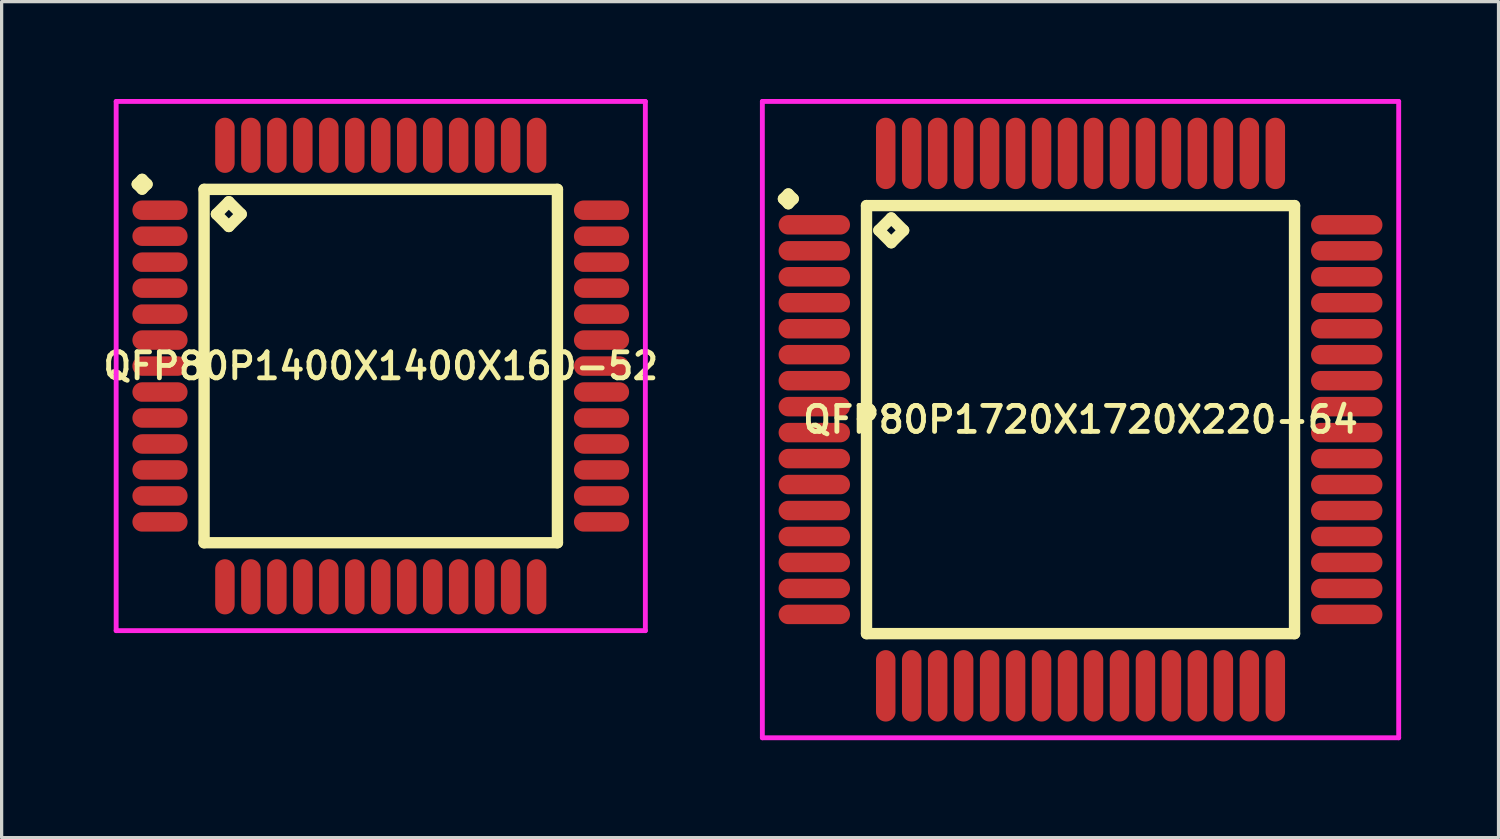
<source format=kicad_pcb>
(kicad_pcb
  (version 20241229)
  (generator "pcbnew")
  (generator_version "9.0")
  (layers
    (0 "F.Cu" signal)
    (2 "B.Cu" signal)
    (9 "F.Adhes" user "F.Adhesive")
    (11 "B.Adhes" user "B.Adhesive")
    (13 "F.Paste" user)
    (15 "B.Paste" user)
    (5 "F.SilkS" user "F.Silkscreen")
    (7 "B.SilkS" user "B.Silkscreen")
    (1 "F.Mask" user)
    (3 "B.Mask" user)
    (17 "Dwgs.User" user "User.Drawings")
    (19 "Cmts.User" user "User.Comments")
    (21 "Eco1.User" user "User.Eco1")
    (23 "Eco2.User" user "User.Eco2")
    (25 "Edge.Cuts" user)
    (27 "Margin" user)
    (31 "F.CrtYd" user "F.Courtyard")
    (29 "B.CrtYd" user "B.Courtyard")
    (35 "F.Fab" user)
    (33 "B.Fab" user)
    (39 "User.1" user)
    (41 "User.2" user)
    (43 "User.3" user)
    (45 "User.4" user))
  (footprint "QFP80P1720X1720X220-64"
    (layer "F.Cu")
    (at 30.232 9.875)
    (property "Reference" "QFP80P1720X1720X220-64" (at 0 0 0) (layer "F.SilkS") (effects (font (size 0.8 0.8) (thickness 0.15))))
    (attr smd)
    (fp_line (start -9.15 -6.8) (end -9 -6.95) (stroke (width 0.35) (type solid)) (layer "F.SilkS"))
    (fp_line (start -9 -6.95) (end -8.85 -6.8) (stroke (width 0.35) (type solid)) (layer "F.SilkS"))
    (fp_line (start -9 -6.65) (end -9.15 -6.8) (stroke (width 0.35) (type solid)) (layer "F.SilkS"))
    (fp_line (start -8.85 -6.8) (end -9 -6.65) (stroke (width 0.35) (type solid)) (layer "F.SilkS"))
    (fp_line (start -6.592 -6.592) (end -6.592 6.592) (stroke (width 0.35) (type solid)) (layer "F.SilkS"))
    (fp_line (start -6.592 6.592) (end 6.592 6.592) (stroke (width 0.35) (type solid)) (layer "F.SilkS"))
    (fp_line (start -6.211 -5.83) (end -5.83 -6.211) (stroke (width 0.35) (type solid)) (layer "F.SilkS"))
    (fp_line (start -5.83 -6.211) (end -5.449 -5.83) (stroke (width 0.35) (type solid)) (layer "F.SilkS"))
    (fp_line (start -5.83 -5.449) (end -6.211 -5.83) (stroke (width 0.35) (type solid)) (layer "F.SilkS"))
    (fp_line (start -5.449 -5.83) (end -5.83 -5.449) (stroke (width 0.35) (type solid)) (layer "F.SilkS"))
    (fp_line (start 6.592 -6.592) (end -6.592 -6.592) (stroke (width 0.35) (type solid)) (layer "F.SilkS"))
    (fp_line (start 6.592 6.592) (end 6.592 -6.592) (stroke (width 0.35) (type solid)) (layer "F.SilkS"))
    (fp_line (start -9.8 -9.8) (end 9.8 -9.8) (stroke (width 0.15) (type solid)) (layer "F.CrtYd"))
    (fp_line (start -9.8 9.8) (end -9.8 -9.8) (stroke (width 0.15) (type solid)) (layer "F.CrtYd"))
    (fp_line (start 9.8 -9.8) (end 9.8 9.8) (stroke (width 0.15) (type solid)) (layer "F.CrtYd"))
    (fp_line (start 9.8 9.8) (end -9.8 9.8) (stroke (width 0.15) (type solid)) (layer "F.CrtYd"))
    (pad "1" smd oval (at -8.2 -6) (size 2.2 0.6) (layers "F.Cu" "F.Mask" "F.Paste"))
    (pad "2" smd oval (at -8.2 -5.2) (size 2.2 0.6) (layers "F.Cu" "F.Mask" "F.Paste"))
    (pad "3" smd oval (at -8.2 -4.4) (size 2.2 0.6) (layers "F.Cu" "F.Mask" "F.Paste"))
    (pad "4" smd oval (at -8.2 -3.6) (size 2.2 0.6) (layers "F.Cu" "F.Mask" "F.Paste"))
    (pad "5" smd oval (at -8.2 -2.8) (size 2.2 0.6) (layers "F.Cu" "F.Mask" "F.Paste"))
    (pad "6" smd oval (at -8.2 -2) (size 2.2 0.6) (layers "F.Cu" "F.Mask" "F.Paste"))
    (pad "7" smd oval (at -8.2 -1.2) (size 2.2 0.6) (layers "F.Cu" "F.Mask" "F.Paste"))
    (pad "8" smd oval (at -8.2 -0.4) (size 2.2 0.6) (layers "F.Cu" "F.Mask" "F.Paste"))
    (pad "9" smd oval (at -8.2 0.4) (size 2.2 0.6) (layers "F.Cu" "F.Mask" "F.Paste"))
    (pad "10" smd oval (at -8.2 1.2) (size 2.2 0.6) (layers "F.Cu" "F.Mask" "F.Paste"))
    (pad "11" smd oval (at -8.2 2) (size 2.2 0.6) (layers "F.Cu" "F.Mask" "F.Paste"))
    (pad "12" smd oval (at -8.2 2.8) (size 2.2 0.6) (layers "F.Cu" "F.Mask" "F.Paste"))
    (pad "13" smd oval (at -8.2 3.6) (size 2.2 0.6) (layers "F.Cu" "F.Mask" "F.Paste"))
    (pad "14" smd oval (at -8.2 4.4) (size 2.2 0.6) (layers "F.Cu" "F.Mask" "F.Paste"))
    (pad "15" smd oval (at -8.2 5.2) (size 2.2 0.6) (layers "F.Cu" "F.Mask" "F.Paste"))
    (pad "16" smd oval (at -8.2 6) (size 2.2 0.6) (layers "F.Cu" "F.Mask" "F.Paste"))
    (pad "17" smd oval (at -6 8.2) (size 0.6 2.2) (layers "F.Cu" "F.Mask" "F.Paste"))
    (pad "18" smd oval (at -5.2 8.2) (size 0.6 2.2) (layers "F.Cu" "F.Mask" "F.Paste"))
    (pad "19" smd oval (at -4.4 8.2) (size 0.6 2.2) (layers "F.Cu" "F.Mask" "F.Paste"))
    (pad "20" smd oval (at -3.6 8.2) (size 0.6 2.2) (layers "F.Cu" "F.Mask" "F.Paste"))
    (pad "21" smd oval (at -2.8 8.2) (size 0.6 2.2) (layers "F.Cu" "F.Mask" "F.Paste"))
    (pad "22" smd oval (at -2 8.2) (size 0.6 2.2) (layers "F.Cu" "F.Mask" "F.Paste"))
    (pad "23" smd oval (at -1.2 8.2) (size 0.6 2.2) (layers "F.Cu" "F.Mask" "F.Paste"))
    (pad "24" smd oval (at -0.4 8.2) (size 0.6 2.2) (layers "F.Cu" "F.Mask" "F.Paste"))
    (pad "25" smd oval (at 0.4 8.2) (size 0.6 2.2) (layers "F.Cu" "F.Mask" "F.Paste"))
    (pad "26" smd oval (at 1.2 8.2) (size 0.6 2.2) (layers "F.Cu" "F.Mask" "F.Paste"))
    (pad "27" smd oval (at 2 8.2) (size 0.6 2.2) (layers "F.Cu" "F.Mask" "F.Paste"))
    (pad "28" smd oval (at 2.8 8.2) (size 0.6 2.2) (layers "F.Cu" "F.Mask" "F.Paste"))
    (pad "29" smd oval (at 3.6 8.2) (size 0.6 2.2) (layers "F.Cu" "F.Mask" "F.Paste"))
    (pad "30" smd oval (at 4.4 8.2) (size 0.6 2.2) (layers "F.Cu" "F.Mask" "F.Paste"))
    (pad "31" smd oval (at 5.2 8.2) (size 0.6 2.2) (layers "F.Cu" "F.Mask" "F.Paste"))
    (pad "32" smd oval (at 6 8.2) (size 0.6 2.2) (layers "F.Cu" "F.Mask" "F.Paste"))
    (pad "33" smd oval (at 8.2 6) (size 2.2 0.6) (layers "F.Cu" "F.Mask" "F.Paste"))
    (pad "34" smd oval (at 8.2 5.2) (size 2.2 0.6) (layers "F.Cu" "F.Mask" "F.Paste"))
    (pad "35" smd oval (at 8.2 4.4) (size 2.2 0.6) (layers "F.Cu" "F.Mask" "F.Paste"))
    (pad "36" smd oval (at 8.2 3.6) (size 2.2 0.6) (layers "F.Cu" "F.Mask" "F.Paste"))
    (pad "37" smd oval (at 8.2 2.8) (size 2.2 0.6) (layers "F.Cu" "F.Mask" "F.Paste"))
    (pad "38" smd oval (at 8.2 2) (size 2.2 0.6) (layers "F.Cu" "F.Mask" "F.Paste"))
    (pad "39" smd oval (at 8.2 1.2) (size 2.2 0.6) (layers "F.Cu" "F.Mask" "F.Paste"))
    (pad "40" smd oval (at 8.2 0.4) (size 2.2 0.6) (layers "F.Cu" "F.Mask" "F.Paste"))
    (pad "41" smd oval (at 8.2 -0.4) (size 2.2 0.6) (layers "F.Cu" "F.Mask" "F.Paste"))
    (pad "42" smd oval (at 8.2 -1.2) (size 2.2 0.6) (layers "F.Cu" "F.Mask" "F.Paste"))
    (pad "43" smd oval (at 8.2 -2) (size 2.2 0.6) (layers "F.Cu" "F.Mask" "F.Paste"))
    (pad "44" smd oval (at 8.2 -2.8) (size 2.2 0.6) (layers "F.Cu" "F.Mask" "F.Paste"))
    (pad "45" smd oval (at 8.2 -3.6) (size 2.2 0.6) (layers "F.Cu" "F.Mask" "F.Paste"))
    (pad "46" smd oval (at 8.2 -4.4) (size 2.2 0.6) (layers "F.Cu" "F.Mask" "F.Paste"))
    (pad "47" smd oval (at 8.2 -5.2) (size 2.2 0.6) (layers "F.Cu" "F.Mask" "F.Paste"))
    (pad "48" smd oval (at 8.2 -6) (size 2.2 0.6) (layers "F.Cu" "F.Mask" "F.Paste"))
    (pad "49" smd oval (at 6 -8.2) (size 0.6 2.2) (layers "F.Cu" "F.Mask" "F.Paste"))
    (pad "50" smd oval (at 5.2 -8.2) (size 0.6 2.2) (layers "F.Cu" "F.Mask" "F.Paste"))
    (pad "51" smd oval (at 4.4 -8.2) (size 0.6 2.2) (layers "F.Cu" "F.Mask" "F.Paste"))
    (pad "52" smd oval (at 3.6 -8.2) (size 0.6 2.2) (layers "F.Cu" "F.Mask" "F.Paste"))
    (pad "53" smd oval (at 2.8 -8.2) (size 0.6 2.2) (layers "F.Cu" "F.Mask" "F.Paste"))
    (pad "54" smd oval (at 2 -8.2) (size 0.6 2.2) (layers "F.Cu" "F.Mask" "F.Paste"))
    (pad "55" smd oval (at 1.2 -8.2) (size 0.6 2.2) (layers "F.Cu" "F.Mask" "F.Paste"))
    (pad "56" smd oval (at 0.4 -8.2) (size 0.6 2.2) (layers "F.Cu" "F.Mask" "F.Paste"))
    (pad "57" smd oval (at -0.4 -8.2) (size 0.6 2.2) (layers "F.Cu" "F.Mask" "F.Paste"))
    (pad "58" smd oval (at -1.2 -8.2) (size 0.6 2.2) (layers "F.Cu" "F.Mask" "F.Paste"))
    (pad "59" smd oval (at -2 -8.2) (size 0.6 2.2) (layers "F.Cu" "F.Mask" "F.Paste"))
    (pad "60" smd oval (at -2.8 -8.2) (size 0.6 2.2) (layers "F.Cu" "F.Mask" "F.Paste"))
    (pad "61" smd oval (at -3.6 -8.2) (size 0.6 2.2) (layers "F.Cu" "F.Mask" "F.Paste"))
    (pad "62" smd oval (at -4.4 -8.2) (size 0.6 2.2) (layers "F.Cu" "F.Mask" "F.Paste"))
    (pad "63" smd oval (at -5.2 -8.2) (size 0.6 2.2) (layers "F.Cu" "F.Mask" "F.Paste"))
    (pad "64" smd oval (at -6 -8.2) (size 0.6 2.2) (layers "F.Cu" "F.Mask" "F.Paste")))
  (footprint "QFP80P1400X1400X160-52"
    (layer "F.Cu")
    (at 8.678 8.225)
    (property "Reference" "QFP80P1400X1400X160-52" (at 0 0 0) (layer "F.SilkS") (effects (font (size 0.8 0.8) (thickness 0.15))))
    (attr smd)
    (fp_line (start -7.5 -5.6) (end -7.35 -5.75) (stroke (width 0.35) (type solid)) (layer "F.SilkS"))
    (fp_line (start -7.35 -5.75) (end -7.2 -5.6) (stroke (width 0.35) (type solid)) (layer "F.SilkS"))
    (fp_line (start -7.35 -5.45) (end -7.5 -5.6) (stroke (width 0.35) (type solid)) (layer "F.SilkS"))
    (fp_line (start -7.2 -5.6) (end -7.35 -5.45) (stroke (width 0.35) (type solid)) (layer "F.SilkS"))
    (fp_line (start -5.442 -5.442) (end -5.442 5.442) (stroke (width 0.35) (type solid)) (layer "F.SilkS"))
    (fp_line (start -5.442 5.442) (end 5.442 5.442) (stroke (width 0.35) (type solid)) (layer "F.SilkS"))
    (fp_line (start -5.061 -4.68) (end -4.68 -5.061) (stroke (width 0.35) (type solid)) (layer "F.SilkS"))
    (fp_line (start -4.68 -5.061) (end -4.299 -4.68) (stroke (width 0.35) (type solid)) (layer "F.SilkS"))
    (fp_line (start -4.68 -4.299) (end -5.061 -4.68) (stroke (width 0.35) (type solid)) (layer "F.SilkS"))
    (fp_line (start -4.299 -4.68) (end -4.68 -4.299) (stroke (width 0.35) (type solid)) (layer "F.SilkS"))
    (fp_line (start 5.442 -5.442) (end -5.442 -5.442) (stroke (width 0.35) (type solid)) (layer "F.SilkS"))
    (fp_line (start 5.442 5.442) (end 5.442 -5.442) (stroke (width 0.35) (type solid)) (layer "F.SilkS"))
    (fp_line (start -8.15 -8.15) (end 8.15 -8.15) (stroke (width 0.15) (type solid)) (layer "F.CrtYd"))
    (fp_line (start -8.15 8.15) (end -8.15 -8.15) (stroke (width 0.15) (type solid)) (layer "F.CrtYd"))
    (fp_line (start 8.15 -8.15) (end 8.15 8.15) (stroke (width 0.15) (type solid)) (layer "F.CrtYd"))
    (fp_line (start 8.15 8.15) (end -8.15 8.15) (stroke (width 0.15) (type solid)) (layer "F.CrtYd"))
    (pad "1" smd oval (at -6.8 -4.8) (size 1.7 0.6) (layers "F.Cu" "F.Mask" "F.Paste"))
    (pad "2" smd oval (at -6.8 -4) (size 1.7 0.6) (layers "F.Cu" "F.Mask" "F.Paste"))
    (pad "3" smd oval (at -6.8 -3.2) (size 1.7 0.6) (layers "F.Cu" "F.Mask" "F.Paste"))
    (pad "4" smd oval (at -6.8 -2.4) (size 1.7 0.6) (layers "F.Cu" "F.Mask" "F.Paste"))
    (pad "5" smd oval (at -6.8 -1.6) (size 1.7 0.6) (layers "F.Cu" "F.Mask" "F.Paste"))
    (pad "6" smd oval (at -6.8 -0.8) (size 1.7 0.6) (layers "F.Cu" "F.Mask" "F.Paste"))
    (pad "7" smd oval (at -6.8 0) (size 1.7 0.6) (layers "F.Cu" "F.Mask" "F.Paste"))
    (pad "8" smd oval (at -6.8 0.8) (size 1.7 0.6) (layers "F.Cu" "F.Mask" "F.Paste"))
    (pad "9" smd oval (at -6.8 1.6) (size 1.7 0.6) (layers "F.Cu" "F.Mask" "F.Paste"))
    (pad "10" smd oval (at -6.8 2.4) (size 1.7 0.6) (layers "F.Cu" "F.Mask" "F.Paste"))
    (pad "11" smd oval (at -6.8 3.2) (size 1.7 0.6) (layers "F.Cu" "F.Mask" "F.Paste"))
    (pad "12" smd oval (at -6.8 4) (size 1.7 0.6) (layers "F.Cu" "F.Mask" "F.Paste"))
    (pad "13" smd oval (at -6.8 4.8) (size 1.7 0.6) (layers "F.Cu" "F.Mask" "F.Paste"))
    (pad "14" smd oval (at -4.8 6.8) (size 0.6 1.7) (layers "F.Cu" "F.Mask" "F.Paste"))
    (pad "15" smd oval (at -4 6.8) (size 0.6 1.7) (layers "F.Cu" "F.Mask" "F.Paste"))
    (pad "16" smd oval (at -3.2 6.8) (size 0.6 1.7) (layers "F.Cu" "F.Mask" "F.Paste"))
    (pad "17" smd oval (at -2.4 6.8) (size 0.6 1.7) (layers "F.Cu" "F.Mask" "F.Paste"))
    (pad "18" smd oval (at -1.6 6.8) (size 0.6 1.7) (layers "F.Cu" "F.Mask" "F.Paste"))
    (pad "19" smd oval (at -0.8 6.8) (size 0.6 1.7) (layers "F.Cu" "F.Mask" "F.Paste"))
    (pad "20" smd oval (at 0 6.8) (size 0.6 1.7) (layers "F.Cu" "F.Mask" "F.Paste"))
    (pad "21" smd oval (at 0.8 6.8) (size 0.6 1.7) (layers "F.Cu" "F.Mask" "F.Paste"))
    (pad "22" smd oval (at 1.6 6.8) (size 0.6 1.7) (layers "F.Cu" "F.Mask" "F.Paste"))
    (pad "23" smd oval (at 2.4 6.8) (size 0.6 1.7) (layers "F.Cu" "F.Mask" "F.Paste"))
    (pad "24" smd oval (at 3.2 6.8) (size 0.6 1.7) (layers "F.Cu" "F.Mask" "F.Paste"))
    (pad "25" smd oval (at 4 6.8) (size 0.6 1.7) (layers "F.Cu" "F.Mask" "F.Paste"))
    (pad "26" smd oval (at 4.8 6.8) (size 0.6 1.7) (layers "F.Cu" "F.Mask" "F.Paste"))
    (pad "27" smd oval (at 6.8 4.8) (size 1.7 0.6) (layers "F.Cu" "F.Mask" "F.Paste"))
    (pad "28" smd oval (at 6.8 4) (size 1.7 0.6) (layers "F.Cu" "F.Mask" "F.Paste"))
    (pad "29" smd oval (at 6.8 3.2) (size 1.7 0.6) (layers "F.Cu" "F.Mask" "F.Paste"))
    (pad "30" smd oval (at 6.8 2.4) (size 1.7 0.6) (layers "F.Cu" "F.Mask" "F.Paste"))
    (pad "31" smd oval (at 6.8 1.6) (size 1.7 0.6) (layers "F.Cu" "F.Mask" "F.Paste"))
    (pad "32" smd oval (at 6.8 0.8) (size 1.7 0.6) (layers "F.Cu" "F.Mask" "F.Paste"))
    (pad "33" smd oval (at 6.8 0) (size 1.7 0.6) (layers "F.Cu" "F.Mask" "F.Paste"))
    (pad "34" smd oval (at 6.8 -0.8) (size 1.7 0.6) (layers "F.Cu" "F.Mask" "F.Paste"))
    (pad "35" smd oval (at 6.8 -1.6) (size 1.7 0.6) (layers "F.Cu" "F.Mask" "F.Paste"))
    (pad "36" smd oval (at 6.8 -2.4) (size 1.7 0.6) (layers "F.Cu" "F.Mask" "F.Paste"))
    (pad "37" smd oval (at 6.8 -3.2) (size 1.7 0.6) (layers "F.Cu" "F.Mask" "F.Paste"))
    (pad "38" smd oval (at 6.8 -4) (size 1.7 0.6) (layers "F.Cu" "F.Mask" "F.Paste"))
    (pad "39" smd oval (at 6.8 -4.8) (size 1.7 0.6) (layers "F.Cu" "F.Mask" "F.Paste"))
    (pad "40" smd oval (at 4.8 -6.8) (size 0.6 1.7) (layers "F.Cu" "F.Mask" "F.Paste"))
    (pad "41" smd oval (at 4 -6.8) (size 0.6 1.7) (layers "F.Cu" "F.Mask" "F.Paste"))
    (pad "42" smd oval (at 3.2 -6.8) (size 0.6 1.7) (layers "F.Cu" "F.Mask" "F.Paste"))
    (pad "43" smd oval (at 2.4 -6.8) (size 0.6 1.7) (layers "F.Cu" "F.Mask" "F.Paste"))
    (pad "44" smd oval (at 1.6 -6.8) (size 0.6 1.7) (layers "F.Cu" "F.Mask" "F.Paste"))
    (pad "45" smd oval (at 0.8 -6.8) (size 0.6 1.7) (layers "F.Cu" "F.Mask" "F.Paste"))
    (pad "46" smd oval (at 0 -6.8) (size 0.6 1.7) (layers "F.Cu" "F.Mask" "F.Paste"))
    (pad "47" smd oval (at -0.8 -6.8) (size 0.6 1.7) (layers "F.Cu" "F.Mask" "F.Paste"))
    (pad "48" smd oval (at -1.6 -6.8) (size 0.6 1.7) (layers "F.Cu" "F.Mask" "F.Paste"))
    (pad "49" smd oval (at -2.4 -6.8) (size 0.6 1.7) (layers "F.Cu" "F.Mask" "F.Paste"))
    (pad "50" smd oval (at -3.2 -6.8) (size 0.6 1.7) (layers "F.Cu" "F.Mask" "F.Paste"))
    (pad "51" smd oval (at -4 -6.8) (size 0.6 1.7) (layers "F.Cu" "F.Mask" "F.Paste"))
    (pad "52" smd oval (at -4.8 -6.8) (size 0.6 1.7) (layers "F.Cu" "F.Mask" "F.Paste")))
  (gr_rect
    (start -3 -3)
    (end 43.107 22.75)
    (stroke (width 0.1) (type default))
    (fill no)
    (layer "Edge.Cuts")))
</source>
